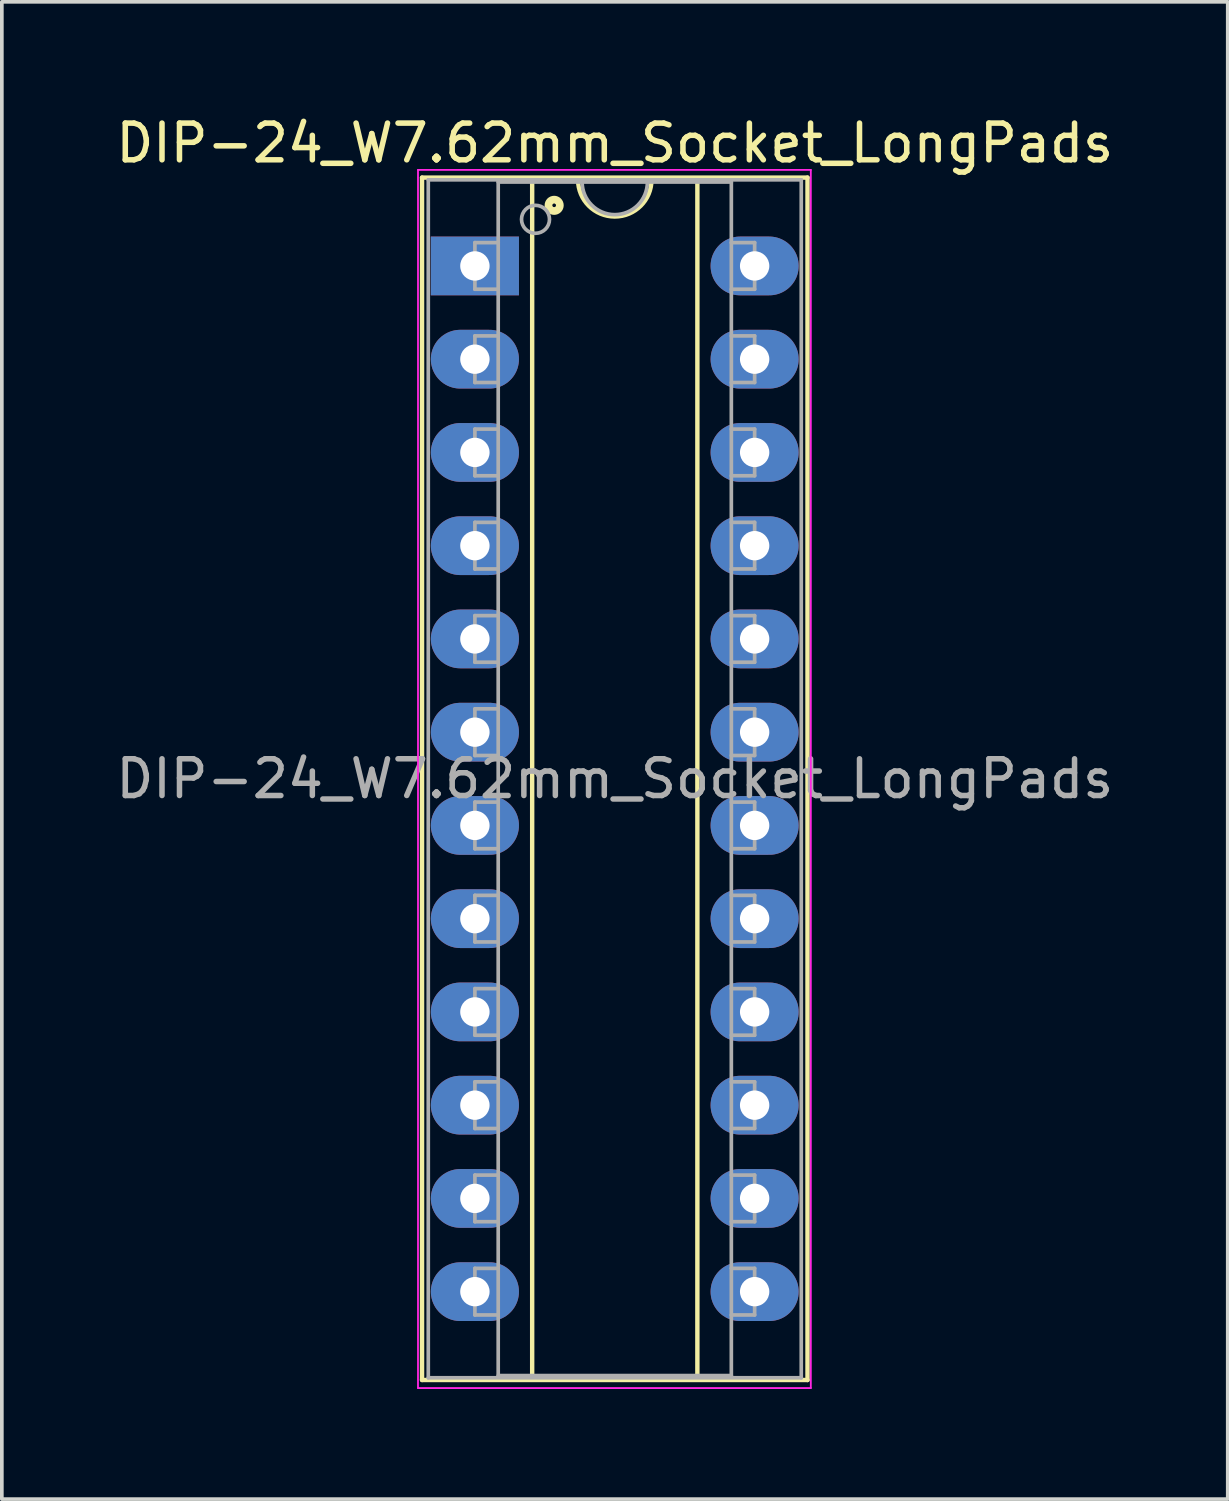
<source format=kicad_pcb>
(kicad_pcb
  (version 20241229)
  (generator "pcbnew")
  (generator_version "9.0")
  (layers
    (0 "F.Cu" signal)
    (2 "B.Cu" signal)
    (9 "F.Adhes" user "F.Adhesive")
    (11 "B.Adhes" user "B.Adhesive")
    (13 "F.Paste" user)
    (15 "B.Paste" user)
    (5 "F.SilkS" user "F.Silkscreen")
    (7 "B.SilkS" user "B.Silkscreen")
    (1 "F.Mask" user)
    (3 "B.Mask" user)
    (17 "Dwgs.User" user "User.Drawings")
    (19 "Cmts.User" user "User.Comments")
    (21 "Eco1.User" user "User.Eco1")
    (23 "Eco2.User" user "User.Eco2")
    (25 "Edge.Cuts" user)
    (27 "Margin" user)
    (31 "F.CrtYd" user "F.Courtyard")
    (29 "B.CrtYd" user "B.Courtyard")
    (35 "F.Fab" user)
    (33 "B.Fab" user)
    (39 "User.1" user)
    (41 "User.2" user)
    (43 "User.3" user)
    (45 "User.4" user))
  (footprint "DIP-24_W7.62mm_Socket_LongPads"
    (layer "F.Cu")
    (at 9.886 4.194)
    (property "Reference" "DIP-24_W7.62mm_Socket_LongPads" (at 3.81 -3.346 0) (layer "F.SilkS") (effects (font (size 1 1) (thickness 0.15))))
    (attr through_hole)
    (fp_line (start -1.44 -2.406) (end -1.44 30.346) (stroke (width 0.12) (type solid)) (layer "F.SilkS"))
    (fp_line (start -1.44 30.346) (end 9.06 30.346) (stroke (width 0.12) (type solid)) (layer "F.SilkS"))
    (fp_line (start 1.56 -2.346) (end 1.56 30.286) (stroke (width 0.12) (type solid)) (layer "F.SilkS"))
    (fp_line (start 1.56 30.286) (end 6.06 30.286) (stroke (width 0.12) (type solid)) (layer "F.SilkS"))
    (fp_line (start 2.81 -2.346) (end 1.56 -2.346) (stroke (width 0.12) (type solid)) (layer "F.SilkS"))
    (fp_line (start 6.06 -2.346) (end 4.81 -2.346) (stroke (width 0.12) (type solid)) (layer "F.SilkS"))
    (fp_line (start 6.06 30.286) (end 6.06 -2.346) (stroke (width 0.12) (type solid)) (layer "F.SilkS"))
    (fp_line (start 9.06 -2.406) (end -1.44 -2.406) (stroke (width 0.12) (type solid)) (layer "F.SilkS"))
    (fp_line (start 9.06 30.346) (end 9.06 -2.406) (stroke (width 0.12) (type solid)) (layer "F.SilkS"))
    (fp_arc (start 4.81 -2.346) (mid 3.81 -1.346) (end 2.81 -2.346) (stroke (width 0.12) (type solid)) (layer "F.SilkS"))
    (fp_circle (center 2.159 -1.651) (end 2.209 -1.651) (stroke (width 0.12) (type solid)) (fill no) (layer "F.SilkS"))
    (fp_circle (center 2.159 -1.651) (end 2.284 -1.651) (stroke (width 0.12) (type solid)) (fill no) (layer "F.SilkS"))
    (fp_circle (center 2.159 -1.651) (end 2.359 -1.651) (stroke (width 0.12) (type solid)) (fill no) (layer "F.SilkS"))
    (fp_line (start -1.55 -2.616) (end -1.55 30.566) (stroke (width 0.05) (type solid)) (layer "F.CrtYd"))
    (fp_line (start -1.55 30.566) (end 9.15 30.566) (stroke (width 0.05) (type solid)) (layer "F.CrtYd"))
    (fp_line (start 9.15 -2.616) (end -1.55 -2.616) (stroke (width 0.05) (type solid)) (layer "F.CrtYd"))
    (fp_line (start 9.15 30.566) (end 9.15 -2.616) (stroke (width 0.05) (type solid)) (layer "F.CrtYd"))
    (fp_line (start -1.27 -2.346) (end -1.27 30.286) (stroke (width 0.1) (type solid)) (layer "F.Fab"))
    (fp_line (start -1.27 30.286) (end 8.89 30.286) (stroke (width 0.1) (type solid)) (layer "F.Fab"))
    (fp_line (start 0 -0.635) (end 0 0.635) (stroke (width 0.1) (type solid)) (layer "F.Fab"))
    (fp_line (start 0 -0.635) (end 0.635 -0.635) (stroke (width 0.1) (type solid)) (layer "F.Fab"))
    (fp_line (start 0 0.635) (end 0.635 0.635) (stroke (width 0.1) (type solid)) (layer "F.Fab"))
    (fp_line (start 0 1.905) (end 0 3.175) (stroke (width 0.1) (type solid)) (layer "F.Fab"))
    (fp_line (start 0 1.905) (end 0.635 1.905) (stroke (width 0.1) (type solid)) (layer "F.Fab"))
    (fp_line (start 0 3.175) (end 0.635 3.175) (stroke (width 0.1) (type solid)) (layer "F.Fab"))
    (fp_line (start 0 4.445) (end 0 5.715) (stroke (width 0.1) (type solid)) (layer "F.Fab"))
    (fp_line (start 0 4.445) (end 0.635 4.445) (stroke (width 0.1) (type solid)) (layer "F.Fab"))
    (fp_line (start 0 5.715) (end 0.635 5.715) (stroke (width 0.1) (type solid)) (layer "F.Fab"))
    (fp_line (start 0 6.985) (end 0 8.255) (stroke (width 0.1) (type solid)) (layer "F.Fab"))
    (fp_line (start 0 6.985) (end 0.635 6.985) (stroke (width 0.1) (type solid)) (layer "F.Fab"))
    (fp_line (start 0 8.255) (end 0.635 8.255) (stroke (width 0.1) (type solid)) (layer "F.Fab"))
    (fp_line (start 0 9.525) (end 0 10.795) (stroke (width 0.1) (type solid)) (layer "F.Fab"))
    (fp_line (start 0 9.525) (end 0.635 9.525) (stroke (width 0.1) (type solid)) (layer "F.Fab"))
    (fp_line (start 0 10.795) (end 0.635 10.795) (stroke (width 0.1) (type solid)) (layer "F.Fab"))
    (fp_line (start 0 12.065) (end 0 13.335) (stroke (width 0.1) (type solid)) (layer "F.Fab"))
    (fp_line (start 0 12.065) (end 0.635 12.065) (stroke (width 0.1) (type solid)) (layer "F.Fab"))
    (fp_line (start 0 13.335) (end 0.635 13.335) (stroke (width 0.1) (type solid)) (layer "F.Fab"))
    (fp_line (start 0 14.605) (end 0 15.875) (stroke (width 0.1) (type solid)) (layer "F.Fab"))
    (fp_line (start 0 14.605) (end 0.635 14.605) (stroke (width 0.1) (type solid)) (layer "F.Fab"))
    (fp_line (start 0 15.875) (end 0.635 15.875) (stroke (width 0.1) (type solid)) (layer "F.Fab"))
    (fp_line (start 0 17.145) (end 0 18.415) (stroke (width 0.1) (type solid)) (layer "F.Fab"))
    (fp_line (start 0 17.145) (end 0.635 17.145) (stroke (width 0.1) (type solid)) (layer "F.Fab"))
    (fp_line (start 0 18.415) (end 0.635 18.415) (stroke (width 0.1) (type solid)) (layer "F.Fab"))
    (fp_line (start 0 19.685) (end 0 20.955) (stroke (width 0.1) (type solid)) (layer "F.Fab"))
    (fp_line (start 0 19.685) (end 0.635 19.685) (stroke (width 0.1) (type solid)) (layer "F.Fab"))
    (fp_line (start 0 20.955) (end 0.635 20.955) (stroke (width 0.1) (type solid)) (layer "F.Fab"))
    (fp_line (start 0 22.225) (end 0 23.495) (stroke (width 0.1) (type solid)) (layer "F.Fab"))
    (fp_line (start 0 22.225) (end 0.635 22.225) (stroke (width 0.1) (type solid)) (layer "F.Fab"))
    (fp_line (start 0 23.495) (end 0.635 23.495) (stroke (width 0.1) (type solid)) (layer "F.Fab"))
    (fp_line (start 0 24.765) (end 0 26.035) (stroke (width 0.1) (type solid)) (layer "F.Fab"))
    (fp_line (start 0 24.765) (end 0.635 24.765) (stroke (width 0.1) (type solid)) (layer "F.Fab"))
    (fp_line (start 0 26.035) (end 0.635 26.035) (stroke (width 0.1) (type solid)) (layer "F.Fab"))
    (fp_line (start 0 27.305) (end 0 28.575) (stroke (width 0.1) (type solid)) (layer "F.Fab"))
    (fp_line (start 0 27.305) (end 0.635 27.305) (stroke (width 0.1) (type solid)) (layer "F.Fab"))
    (fp_line (start 0 28.575) (end 0.635 28.575) (stroke (width 0.1) (type solid)) (layer "F.Fab"))
    (fp_line (start 0.635 -2.286) (end 6.985 -2.286) (stroke (width 0.1) (type solid)) (layer "F.Fab"))
    (fp_line (start 0.635 30.226) (end 0.635 -2.286) (stroke (width 0.1) (type solid)) (layer "F.Fab"))
    (fp_line (start 6.985 -2.286) (end 6.985 30.226) (stroke (width 0.1) (type solid)) (layer "F.Fab"))
    (fp_line (start 6.985 30.226) (end 0.635 30.226) (stroke (width 0.1) (type solid)) (layer "F.Fab"))
    (fp_line (start 7.62 -0.635) (end 6.985 -0.635) (stroke (width 0.1) (type solid)) (layer "F.Fab"))
    (fp_line (start 7.62 0.635) (end 6.985 0.635) (stroke (width 0.1) (type solid)) (layer "F.Fab"))
    (fp_line (start 7.62 0.635) (end 7.62 -0.635) (stroke (width 0.1) (type solid)) (layer "F.Fab"))
    (fp_line (start 7.62 1.905) (end 6.985 1.905) (stroke (width 0.1) (type solid)) (layer "F.Fab"))
    (fp_line (start 7.62 3.175) (end 6.985 3.175) (stroke (width 0.1) (type solid)) (layer "F.Fab"))
    (fp_line (start 7.62 3.175) (end 7.62 1.905) (stroke (width 0.1) (type solid)) (layer "F.Fab"))
    (fp_line (start 7.62 4.445) (end 6.985 4.445) (stroke (width 0.1) (type solid)) (layer "F.Fab"))
    (fp_line (start 7.62 5.715) (end 6.985 5.715) (stroke (width 0.1) (type solid)) (layer "F.Fab"))
    (fp_line (start 7.62 5.715) (end 7.62 4.445) (stroke (width 0.1) (type solid)) (layer "F.Fab"))
    (fp_line (start 7.62 6.985) (end 6.985 6.985) (stroke (width 0.1) (type solid)) (layer "F.Fab"))
    (fp_line (start 7.62 8.255) (end 6.985 8.255) (stroke (width 0.1) (type solid)) (layer "F.Fab"))
    (fp_line (start 7.62 8.255) (end 7.62 6.985) (stroke (width 0.1) (type solid)) (layer "F.Fab"))
    (fp_line (start 7.62 9.525) (end 6.985 9.525) (stroke (width 0.1) (type solid)) (layer "F.Fab"))
    (fp_line (start 7.62 10.795) (end 6.985 10.795) (stroke (width 0.1) (type solid)) (layer "F.Fab"))
    (fp_line (start 7.62 10.795) (end 7.62 9.525) (stroke (width 0.1) (type solid)) (layer "F.Fab"))
    (fp_line (start 7.62 12.065) (end 6.985 12.065) (stroke (width 0.1) (type solid)) (layer "F.Fab"))
    (fp_line (start 7.62 13.335) (end 6.985 13.335) (stroke (width 0.1) (type solid)) (layer "F.Fab"))
    (fp_line (start 7.62 13.335) (end 7.62 12.065) (stroke (width 0.1) (type solid)) (layer "F.Fab"))
    (fp_line (start 7.62 14.605) (end 6.985 14.605) (stroke (width 0.1) (type solid)) (layer "F.Fab"))
    (fp_line (start 7.62 15.875) (end 6.985 15.875) (stroke (width 0.1) (type solid)) (layer "F.Fab"))
    (fp_line (start 7.62 15.875) (end 7.62 14.605) (stroke (width 0.1) (type solid)) (layer "F.Fab"))
    (fp_line (start 7.62 17.145) (end 6.985 17.145) (stroke (width 0.1) (type solid)) (layer "F.Fab"))
    (fp_line (start 7.62 18.415) (end 6.985 18.415) (stroke (width 0.1) (type solid)) (layer "F.Fab"))
    (fp_line (start 7.62 18.415) (end 7.62 17.145) (stroke (width 0.1) (type solid)) (layer "F.Fab"))
    (fp_line (start 7.62 19.685) (end 6.985 19.685) (stroke (width 0.1) (type solid)) (layer "F.Fab"))
    (fp_line (start 7.62 20.955) (end 6.985 20.955) (stroke (width 0.1) (type solid)) (layer "F.Fab"))
    (fp_line (start 7.62 20.955) (end 7.62 19.685) (stroke (width 0.1) (type solid)) (layer "F.Fab"))
    (fp_line (start 7.62 22.225) (end 6.985 22.225) (stroke (width 0.1) (type solid)) (layer "F.Fab"))
    (fp_line (start 7.62 23.495) (end 6.985 23.495) (stroke (width 0.1) (type solid)) (layer "F.Fab"))
    (fp_line (start 7.62 23.495) (end 7.62 22.225) (stroke (width 0.1) (type solid)) (layer "F.Fab"))
    (fp_line (start 7.62 24.765) (end 6.985 24.765) (stroke (width 0.1) (type solid)) (layer "F.Fab"))
    (fp_line (start 7.62 26.035) (end 6.985 26.035) (stroke (width 0.1) (type solid)) (layer "F.Fab"))
    (fp_line (start 7.62 26.035) (end 7.62 24.765) (stroke (width 0.1) (type solid)) (layer "F.Fab"))
    (fp_line (start 7.62 27.305) (end 6.985 27.305) (stroke (width 0.1) (type solid)) (layer "F.Fab"))
    (fp_line (start 7.62 28.575) (end 6.985 28.575) (stroke (width 0.1) (type solid)) (layer "F.Fab"))
    (fp_line (start 7.62 28.575) (end 7.62 27.305) (stroke (width 0.1) (type solid)) (layer "F.Fab"))
    (fp_line (start 8.89 -2.346) (end -1.27 -2.346) (stroke (width 0.1) (type solid)) (layer "F.Fab"))
    (fp_line (start 8.89 30.286) (end 8.89 -2.346) (stroke (width 0.1) (type solid)) (layer "F.Fab"))
    (fp_arc (start 4.699 -2.286) (mid 3.81 -1.397) (end 2.921 -2.286) (stroke (width 0.1) (type solid)) (layer "F.Fab"))
    (fp_circle (center 1.651 -1.27) (end 2.032 -1.27) (stroke (width 0.1) (type solid)) (fill no) (layer "F.Fab"))
    (fp_text user "${REFERENCE}" (at 3.81 13.97 0) (layer "F.Fab") (effects (font (size 1 1) (thickness 0.15))))
    (pad "1" thru_hole rect (at 0 0) (size 2.4 1.6) (drill 0.8) (layers "*.Cu" "*.Mask"))
    (pad "2" thru_hole oval (at 0 2.54) (size 2.4 1.6) (drill 0.8) (layers "*.Cu" "*.Mask"))
    (pad "3" thru_hole oval (at 0 5.08) (size 2.4 1.6) (drill 0.8) (layers "*.Cu" "*.Mask"))
    (pad "4" thru_hole oval (at 0 7.62) (size 2.4 1.6) (drill 0.8) (layers "*.Cu" "*.Mask"))
    (pad "5" thru_hole oval (at 0 10.16) (size 2.4 1.6) (drill 0.8) (layers "*.Cu" "*.Mask"))
    (pad "6" thru_hole oval (at 0 12.7) (size 2.4 1.6) (drill 0.8) (layers "*.Cu" "*.Mask"))
    (pad "7" thru_hole oval (at 0 15.24) (size 2.4 1.6) (drill 0.8) (layers "*.Cu" "*.Mask"))
    (pad "8" thru_hole oval (at 0 17.78) (size 2.4 1.6) (drill 0.8) (layers "*.Cu" "*.Mask"))
    (pad "9" thru_hole oval (at 0 20.32) (size 2.4 1.6) (drill 0.8) (layers "*.Cu" "*.Mask"))
    (pad "10" thru_hole oval (at 0 22.86) (size 2.4 1.6) (drill 0.8) (layers "*.Cu" "*.Mask"))
    (pad "11" thru_hole oval (at 0 25.4) (size 2.4 1.6) (drill 0.8) (layers "*.Cu" "*.Mask"))
    (pad "12" thru_hole oval (at 0 27.94) (size 2.4 1.6) (drill 0.8) (layers "*.Cu" "*.Mask"))
    (pad "13" thru_hole oval (at 7.62 27.94) (size 2.4 1.6) (drill 0.8) (layers "*.Cu" "*.Mask"))
    (pad "14" thru_hole oval (at 7.62 25.4) (size 2.4 1.6) (drill 0.8) (layers "*.Cu" "*.Mask"))
    (pad "15" thru_hole oval (at 7.62 22.86) (size 2.4 1.6) (drill 0.8) (layers "*.Cu" "*.Mask"))
    (pad "16" thru_hole oval (at 7.62 20.32) (size 2.4 1.6) (drill 0.8) (layers "*.Cu" "*.Mask"))
    (pad "17" thru_hole oval (at 7.62 17.78) (size 2.4 1.6) (drill 0.8) (layers "*.Cu" "*.Mask"))
    (pad "18" thru_hole oval (at 7.62 15.24) (size 2.4 1.6) (drill 0.8) (layers "*.Cu" "*.Mask"))
    (pad "19" thru_hole oval (at 7.62 12.7) (size 2.4 1.6) (drill 0.8) (layers "*.Cu" "*.Mask"))
    (pad "20" thru_hole oval (at 7.62 10.16) (size 2.4 1.6) (drill 0.8) (layers "*.Cu" "*.Mask"))
    (pad "21" thru_hole oval (at 7.62 7.62) (size 2.4 1.6) (drill 0.8) (layers "*.Cu" "*.Mask"))
    (pad "22" thru_hole oval (at 7.62 5.08) (size 2.4 1.6) (drill 0.8) (layers "*.Cu" "*.Mask"))
    (pad "23" thru_hole oval (at 7.62 2.54) (size 2.4 1.6) (drill 0.8) (layers "*.Cu" "*.Mask"))
    (pad "24" thru_hole oval (at 7.62 0) (size 2.4 1.6) (drill 0.8) (layers "*.Cu" "*.Mask")))
  (gr_rect
    (start -3 -3)
    (end 30.393 37.785)
    (stroke (width 0.1) (type default))
    (fill no)
    (layer "Edge.Cuts")))
</source>
